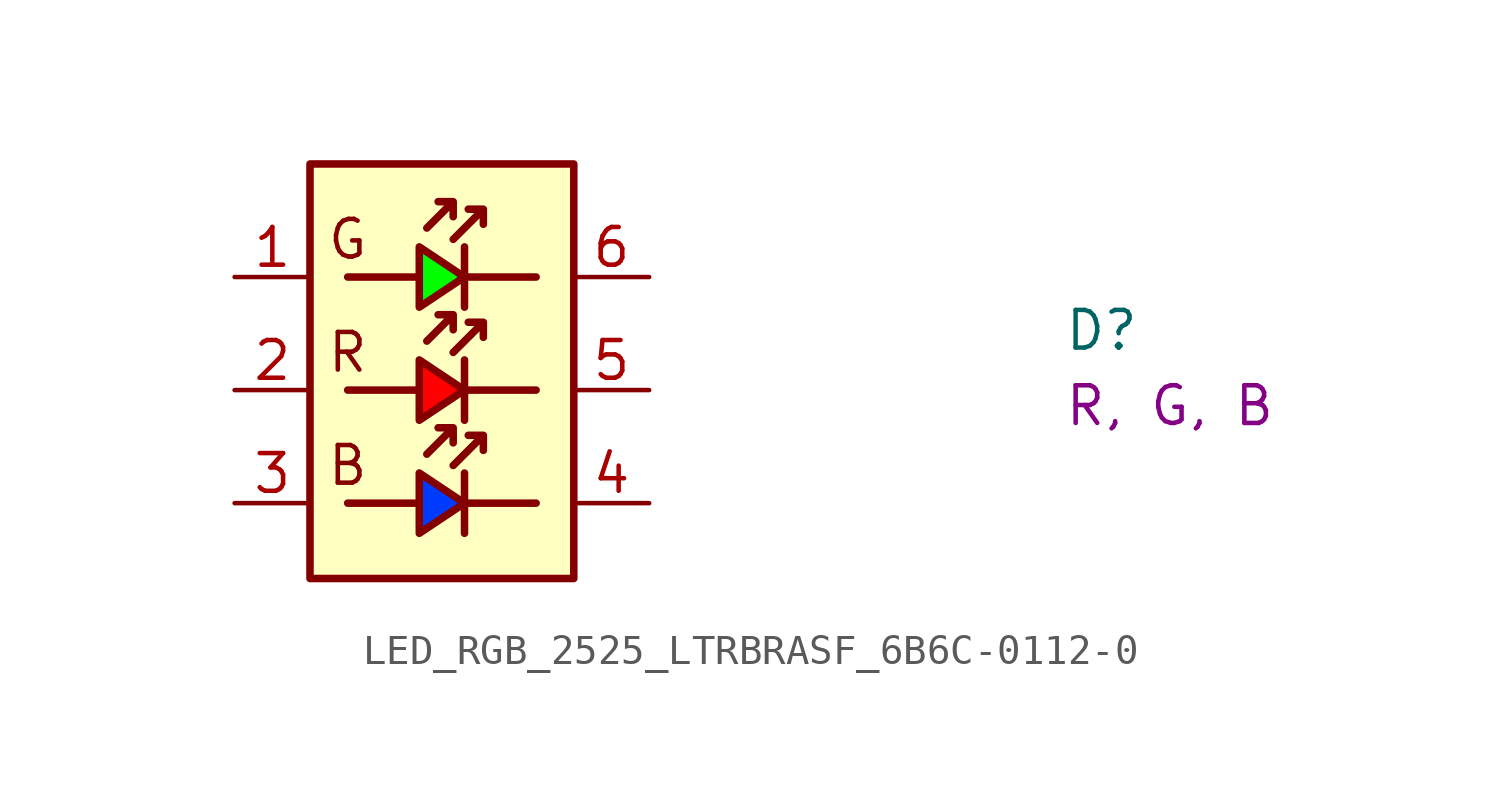
<source format=kicad_sym>
(kicad_symbol_lib
  (version 20220914)
  (generator kicad_symbol_editor)
  (symbol "LED_RGB_2525_LTRBRASF_6B6C-0112-0"
    (pin_names hide)
    (property "Reference" "D"
      (at 27.94 -2.54 0)
      (effects (font (size 1.27 1.27) (thickness 0.15)) (justify left bottom)))
    (property "Color" "R, G, B"
      (at 27.94 -5.08 0)
      (effects (font (size 1.27 1.27)) (justify left bottom)))
    (symbol "LED_RGB_2525_LTRBRASF_6B6C-0112-0_1_1"
      (polyline (pts (xy 6.223 -7.62) (xy 3.81 -7.62)) (stroke (width 0.254) (type default)) (fill (type none)))
      (polyline (pts (xy 6.223 -3.81) (xy 3.81 -3.81)) (stroke (width 0.254) (type default)) (fill (type none)))
      (polyline (pts (xy 6.223 0) (xy 3.81 0)) (stroke (width 0.254) (type default)) (fill (type none)))
      (polyline (pts (xy 7.747 -6.604) (xy 7.747 -8.636)) (stroke (width 0.254) (type default)) (fill (type none)))
      (polyline (pts (xy 7.747 -2.794) (xy 7.747 -4.826)) (stroke (width 0.254) (type default)) (fill (type none)))
      (polyline (pts (xy 7.747 1.016) (xy 7.747 -1.016)) (stroke (width 0.254) (type default)) (fill (type none)))
      (polyline (pts (xy 10.16 -7.62) (xy 7.62 -7.62)) (stroke (width 0.254) (type default)) (fill (type none)))
      (polyline (pts (xy 10.16 -3.81) (xy 7.62 -3.81)) (stroke (width 0.254) (type default)) (fill (type none)))
      (polyline (pts (xy 10.16 0) (xy 7.62 0)) (stroke (width 0.254) (type default)) (fill (type none)))
      (polyline (pts (xy 6.223 -6.604) (xy 6.223 -8.636) (xy 7.747 -7.62) (xy 6.223 -6.604)) (stroke (width 0.254) (type default)) (fill (type color) (color 0 60 255 1)))
      (polyline (pts (xy 6.223 -2.794) (xy 6.223 -4.826) (xy 7.747 -3.81) (xy 6.223 -2.794)) (stroke (width 0.254) (type default)) (fill (type color) (color 255 0 0 1)))
      (polyline (pts (xy 6.223 1.016) (xy 6.223 -1.016) (xy 7.747 0) (xy 6.223 1.016)) (stroke (width 0.254) (type default)) (fill (type color) (color 1 255 0 1)))
      (polyline (pts (xy 7.366 -5.08) (xy 7.366 -5.588) (xy 7.366 -5.08) (xy 6.858 -5.08) (xy 7.366 -5.08) (xy 6.477 -5.969)) (stroke (width 0.254) (type default)) (fill (type none)))
      (polyline (pts (xy 7.366 -1.27) (xy 7.366 -1.778) (xy 7.366 -1.27) (xy 6.858 -1.27) (xy 7.366 -1.27) (xy 6.477 -2.159)) (stroke (width 0.254) (type default)) (fill (type none)))
      (polyline (pts (xy 7.366 2.54) (xy 7.366 2.032) (xy 7.366 2.54) (xy 6.858 2.54) (xy 7.366 2.54) (xy 6.477 1.651)) (stroke (width 0.254) (type default)) (fill (type none)))
      (polyline (pts (xy 8.382 -5.334) (xy 8.382 -5.842) (xy 8.382 -5.334) (xy 7.874 -5.334) (xy 8.382 -5.334) (xy 7.366 -6.35)) (stroke (width 0.254) (type default)) (fill (type none)))
      (polyline (pts (xy 8.382 -1.524) (xy 8.382 -2.032) (xy 8.382 -1.524) (xy 7.874 -1.524) (xy 8.382 -1.524) (xy 7.366 -2.54)) (stroke (width 0.254) (type default)) (fill (type none)))
      (polyline (pts (xy 8.382 2.286) (xy 8.382 1.778) (xy 8.382 2.286) (xy 7.874 2.286) (xy 8.382 2.286) (xy 7.366 1.27)) (stroke (width 0.254) (type default)) (fill (type none)))
      (rectangle (start 2.54 3.81) (end 11.43 -10.16) (stroke (width 0.254) (type default)) (fill (type background)))
      (text "B" (at 3.81 -6.35 0) (effects (font (size 1.27 1.27))))
      (text "G" (at 3.81 1.27 0) (effects (font (size 1.27 1.27))))
      (text "R" (at 3.81 -2.54 0) (effects (font (size 1.27 1.27))))
      (pin passive line (at 0 0 0) (length 2.54) (name "A_{G}" (effects (font (size 1.27 1.27)))) (number "1" (effects (font (size 1.27 1.27)))))
      (pin passive line (at 0 -3.81 0) (length 2.54) (name "A_{R}" (effects (font (size 1.27 1.27)))) (number "2" (effects (font (size 1.27 1.27)))))
      (pin passive line (at 0 -7.62 0) (length 2.54) (name "A_{B}" (effects (font (size 1.27 1.27)))) (number "3" (effects (font (size 1.27 1.27)))))
      (pin passive line (at 13.97 -7.62 180) (length 2.54) (name "C_{B}" (effects (font (size 1.27 1.27)))) (number "4" (effects (font (size 1.27 1.27)))))
      (pin passive line (at 13.97 -3.81 180) (length 2.54) (name "C_{R}" (effects (font (size 1.27 1.27)))) (number "5" (effects (font (size 1.27 1.27)))))
      (pin passive line (at 13.97 0 180) (length 2.54) (name "C_{G}" (effects (font (size 1.27 1.27)))) (number "6" (effects (font (size 1.27 1.27))))))))
</source>
